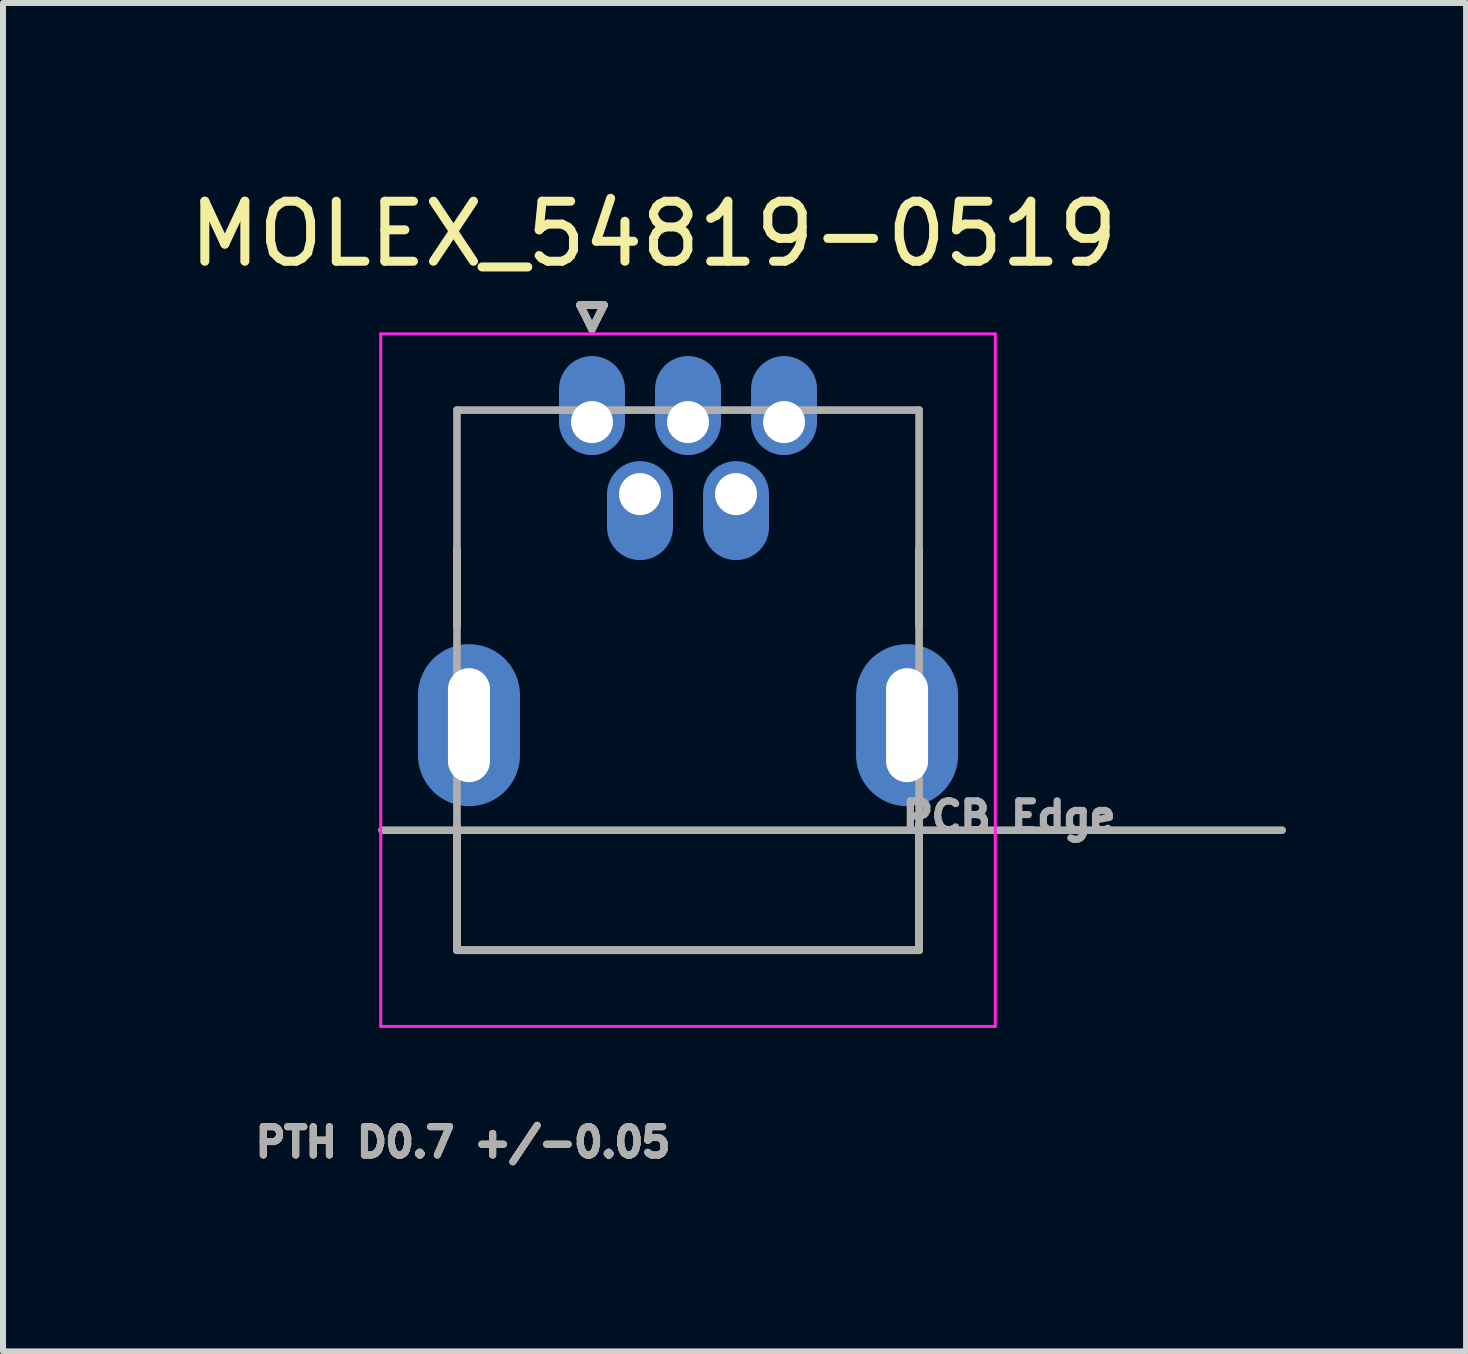
<source format=kicad_pcb>
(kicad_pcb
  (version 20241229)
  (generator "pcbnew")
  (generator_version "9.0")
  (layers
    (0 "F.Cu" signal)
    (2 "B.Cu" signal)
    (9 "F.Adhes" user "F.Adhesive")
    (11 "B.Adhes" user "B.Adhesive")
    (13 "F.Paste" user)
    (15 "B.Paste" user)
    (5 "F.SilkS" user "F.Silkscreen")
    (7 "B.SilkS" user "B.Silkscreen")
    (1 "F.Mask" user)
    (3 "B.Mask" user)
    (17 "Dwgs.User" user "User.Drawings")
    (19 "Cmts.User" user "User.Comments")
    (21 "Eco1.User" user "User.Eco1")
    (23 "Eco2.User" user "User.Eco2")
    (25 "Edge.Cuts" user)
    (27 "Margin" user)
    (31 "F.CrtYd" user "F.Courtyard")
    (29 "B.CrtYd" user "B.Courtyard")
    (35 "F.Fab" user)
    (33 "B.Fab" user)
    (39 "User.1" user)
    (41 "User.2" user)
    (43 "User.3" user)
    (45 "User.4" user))
  (footprint "MOLEX_54819-0519"
    (layer "F.Cu")
    (at 6.814 3.983)
    (property "Reference" "MOLEX_54819-0519" (at 1.025 -3.135 0) (layer "F.SilkS") (effects (font (size 1 1) (thickness 0.15))))
    (attr through_hole)
    (fp_circle (center 0 0) (end 0.301 0) (stroke (width 0.601) (type solid)) (fill no) (layer "F.Mask"))
    (fp_circle (center 0.8 1.2) (end 1.101 1.2) (stroke (width 0.601) (type solid)) (fill no) (layer "F.Mask"))
    (fp_circle (center 1.6 0) (end 1.901 0) (stroke (width 0.601) (type solid)) (fill no) (layer "F.Mask"))
    (fp_circle (center 2.4 1.2) (end 2.701 1.2) (stroke (width 0.601) (type solid)) (fill no) (layer "F.Mask"))
    (fp_circle (center 3.2 0) (end 3.501 0) (stroke (width 0.601) (type solid)) (fill no) (layer "F.Mask"))
    (fp_poly (pts (xy -1.411 4.411) (xy -1.411 5.689) (xy -1.424 5.755) (xy -1.441 5.814) (xy -1.463 5.871) (xy -1.491 5.925) (xy -1.524 5.977) (xy -1.562 6.026) (xy -1.605 6.07) (xy -1.651 6.11) (xy -1.701 6.146) (xy -1.754 6.177) (xy -1.81 6.202) (xy -1.868 6.223) (xy -1.928 6.237) (xy -1.989 6.246) (xy -2.05 6.249) (xy -2.111 6.246) (xy -2.172 6.237) (xy -2.232 6.223) (xy -2.29 6.202) (xy -2.346 6.177) (xy -2.399 6.146) (xy -2.449 6.11) (xy -2.495 6.07) (xy -2.538 6.026) (xy -2.576 5.977) (xy -2.609 5.925) (xy -2.637 5.871) (xy -2.659 5.814) (xy -2.676 5.755) (xy -2.689 5.689) (xy -2.689 4.411) (xy -2.676 4.345) (xy -2.659 4.286) (xy -2.637 4.229) (xy -2.609 4.175) (xy -2.576 4.123) (xy -2.538 4.074) (xy -2.495 4.03) (xy -2.449 3.99) (xy -2.399 3.954) (xy -2.346 3.923) (xy -2.29 3.898) (xy -2.232 3.877) (xy -2.172 3.863) (xy -2.111 3.854) (xy -2.05 3.851) (xy -1.989 3.854) (xy -1.928 3.863) (xy -1.868 3.877) (xy -1.81 3.898) (xy -1.754 3.923) (xy -1.701 3.954) (xy -1.651 3.99) (xy -1.605 4.03) (xy -1.562 4.074) (xy -1.524 4.123) (xy -1.491 4.175) (xy -1.463 4.229) (xy -1.441 4.286) (xy -1.424 4.345) (xy -1.411 4.411) (xy -1.411 4.411)) (stroke (width 0.01) (type solid)) (fill yes) (layer "F.Mask"))
    (fp_poly (pts (xy 5.889 4.411) (xy 5.889 5.689) (xy 5.876 5.755) (xy 5.859 5.814) (xy 5.837 5.871) (xy 5.809 5.925) (xy 5.776 5.977) (xy 5.738 6.026) (xy 5.695 6.07) (xy 5.649 6.11) (xy 5.599 6.146) (xy 5.546 6.177) (xy 5.49 6.202) (xy 5.432 6.223) (xy 5.372 6.237) (xy 5.311 6.246) (xy 5.25 6.249) (xy 5.189 6.246) (xy 5.128 6.237) (xy 5.068 6.223) (xy 5.01 6.202) (xy 4.954 6.177) (xy 4.901 6.146) (xy 4.851 6.11) (xy 4.805 6.07) (xy 4.762 6.026) (xy 4.724 5.977) (xy 4.691 5.925) (xy 4.663 5.871) (xy 4.641 5.814) (xy 4.624 5.755) (xy 4.611 5.689) (xy 4.611 4.411) (xy 4.624 4.345) (xy 4.641 4.286) (xy 4.663 4.229) (xy 4.691 4.175) (xy 4.724 4.123) (xy 4.762 4.074) (xy 4.805 4.03) (xy 4.851 3.99) (xy 4.901 3.954) (xy 4.954 3.923) (xy 5.01 3.898) (xy 5.068 3.877) (xy 5.128 3.863) (xy 5.189 3.854) (xy 5.25 3.851) (xy 5.311 3.854) (xy 5.372 3.863) (xy 5.432 3.877) (xy 5.49 3.898) (xy 5.546 3.923) (xy 5.599 3.954) (xy 5.649 3.99) (xy 5.695 4.03) (xy 5.738 4.074) (xy 5.776 4.123) (xy 5.809 4.175) (xy 5.837 4.229) (xy 5.859 4.286) (xy 5.876 4.345) (xy 5.889 4.411) (xy 5.889 4.411)) (stroke (width 0.01) (type solid)) (fill yes) (layer "F.Mask"))
    (fp_poly (pts (xy -1.124 4.55) (xy -1.124 5.55) (xy -1.129 5.647) (xy -1.144 5.743) (xy -1.169 5.836) (xy -1.204 5.927) (xy -1.248 6.013) (xy -1.301 6.094) (xy -1.362 6.17) (xy -1.43 6.238) (xy -1.506 6.299) (xy -1.587 6.352) (xy -1.673 6.396) (xy -1.764 6.431) (xy -1.857 6.456) (xy -1.953 6.471) (xy -2.05 6.476) (xy -2.147 6.471) (xy -2.243 6.456) (xy -2.336 6.431) (xy -2.427 6.396) (xy -2.513 6.352) (xy -2.594 6.299) (xy -2.67 6.238) (xy -2.738 6.17) (xy -2.799 6.094) (xy -2.852 6.013) (xy -2.896 5.927) (xy -2.931 5.836) (xy -2.956 5.743) (xy -2.971 5.647) (xy -2.976 5.55) (xy -2.976 4.55) (xy -2.971 4.453) (xy -2.956 4.357) (xy -2.931 4.264) (xy -2.896 4.173) (xy -2.852 4.087) (xy -2.799 4.006) (xy -2.738 3.93) (xy -2.67 3.862) (xy -2.594 3.801) (xy -2.513 3.748) (xy -2.427 3.704) (xy -2.336 3.669) (xy -2.243 3.644) (xy -2.147 3.629) (xy -2.05 3.624) (xy -1.953 3.629) (xy -1.857 3.644) (xy -1.764 3.669) (xy -1.673 3.704) (xy -1.587 3.748) (xy -1.506 3.801) (xy -1.43 3.862) (xy -1.362 3.93) (xy -1.301 4.006) (xy -1.248 4.087) (xy -1.204 4.173) (xy -1.169 4.264) (xy -1.144 4.357) (xy -1.129 4.453) (xy -1.124 4.55) (xy -1.124 4.55)) (stroke (width 0.01) (type solid)) (fill yes) (layer "B.Mask"))
    (fp_poly (pts (xy 0.626 -0.55) (xy 0.626 0) (xy 0.623 0.065) (xy 0.613 0.13) (xy 0.596 0.194) (xy 0.572 0.255) (xy 0.542 0.313) (xy 0.507 0.368) (xy 0.465 0.419) (xy 0.419 0.465) (xy 0.368 0.507) (xy 0.313 0.542) (xy 0.255 0.572) (xy 0.194 0.596) (xy 0.13 0.613) (xy 0.065 0.623) (xy 0 0.626) (xy -0.065 0.623) (xy -0.13 0.613) (xy -0.194 0.596) (xy -0.255 0.572) (xy -0.313 0.542) (xy -0.368 0.507) (xy -0.419 0.465) (xy -0.465 0.419) (xy -0.507 0.368) (xy -0.542 0.313) (xy -0.572 0.255) (xy -0.596 0.194) (xy -0.613 0.13) (xy -0.623 0.065) (xy -0.626 0) (xy -0.626 -0.55) (xy -0.623 -0.615) (xy -0.613 -0.68) (xy -0.596 -0.744) (xy -0.572 -0.805) (xy -0.542 -0.863) (xy -0.507 -0.918) (xy -0.465 -0.969) (xy -0.419 -1.015) (xy -0.368 -1.057) (xy -0.313 -1.092) (xy -0.255 -1.122) (xy -0.194 -1.146) (xy -0.13 -1.163) (xy -0.065 -1.173) (xy 0 -1.176) (xy 0.065 -1.173) (xy 0.13 -1.163) (xy 0.194 -1.146) (xy 0.255 -1.122) (xy 0.313 -1.092) (xy 0.368 -1.057) (xy 0.419 -1.015) (xy 0.465 -0.969) (xy 0.507 -0.918) (xy 0.542 -0.863) (xy 0.572 -0.805) (xy 0.596 -0.744) (xy 0.613 -0.68) (xy 0.623 -0.615) (xy 0.626 -0.55) (xy 0.626 -0.55)) (stroke (width 0.01) (type solid)) (fill yes) (layer "B.Mask"))
    (fp_poly (pts (xy 1.426 1.2) (xy 1.426 1.75) (xy 1.423 1.815) (xy 1.413 1.88) (xy 1.396 1.944) (xy 1.372 2.005) (xy 1.342 2.063) (xy 1.307 2.118) (xy 1.265 2.169) (xy 1.219 2.215) (xy 1.168 2.257) (xy 1.113 2.292) (xy 1.055 2.322) (xy 0.994 2.346) (xy 0.93 2.363) (xy 0.865 2.373) (xy 0.8 2.376) (xy 0.735 2.373) (xy 0.67 2.363) (xy 0.606 2.346) (xy 0.545 2.322) (xy 0.487 2.292) (xy 0.432 2.257) (xy 0.381 2.215) (xy 0.335 2.169) (xy 0.293 2.118) (xy 0.258 2.063) (xy 0.228 2.005) (xy 0.204 1.944) (xy 0.187 1.88) (xy 0.177 1.815) (xy 0.174 1.75) (xy 0.174 1.2) (xy 0.177 1.135) (xy 0.187 1.07) (xy 0.204 1.006) (xy 0.228 0.945) (xy 0.258 0.887) (xy 0.293 0.832) (xy 0.335 0.781) (xy 0.381 0.735) (xy 0.432 0.693) (xy 0.487 0.658) (xy 0.545 0.628) (xy 0.606 0.604) (xy 0.67 0.587) (xy 0.735 0.577) (xy 0.8 0.574) (xy 0.865 0.577) (xy 0.93 0.587) (xy 0.994 0.604) (xy 1.055 0.628) (xy 1.113 0.658) (xy 1.168 0.693) (xy 1.219 0.735) (xy 1.265 0.781) (xy 1.307 0.832) (xy 1.342 0.887) (xy 1.372 0.945) (xy 1.396 1.006) (xy 1.413 1.07) (xy 1.423 1.135) (xy 1.426 1.2) (xy 1.426 1.2)) (stroke (width 0.01) (type solid)) (fill yes) (layer "B.Mask"))
    (fp_poly (pts (xy 2.226 -0.55) (xy 2.226 0) (xy 2.223 0.065) (xy 2.213 0.13) (xy 2.196 0.194) (xy 2.172 0.255) (xy 2.142 0.313) (xy 2.107 0.368) (xy 2.065 0.419) (xy 2.019 0.465) (xy 1.968 0.507) (xy 1.913 0.542) (xy 1.855 0.572) (xy 1.794 0.596) (xy 1.73 0.613) (xy 1.665 0.623) (xy 1.6 0.626) (xy 1.535 0.623) (xy 1.47 0.613) (xy 1.406 0.596) (xy 1.345 0.572) (xy 1.287 0.542) (xy 1.232 0.507) (xy 1.181 0.465) (xy 1.135 0.419) (xy 1.093 0.368) (xy 1.058 0.313) (xy 1.028 0.255) (xy 1.004 0.194) (xy 0.987 0.13) (xy 0.977 0.065) (xy 0.974 0) (xy 0.974 -0.55) (xy 0.977 -0.615) (xy 0.987 -0.68) (xy 1.004 -0.744) (xy 1.028 -0.805) (xy 1.058 -0.863) (xy 1.093 -0.918) (xy 1.135 -0.969) (xy 1.181 -1.015) (xy 1.232 -1.057) (xy 1.287 -1.092) (xy 1.345 -1.122) (xy 1.406 -1.146) (xy 1.47 -1.163) (xy 1.535 -1.173) (xy 1.6 -1.176) (xy 1.665 -1.173) (xy 1.73 -1.163) (xy 1.794 -1.146) (xy 1.855 -1.122) (xy 1.913 -1.092) (xy 1.968 -1.057) (xy 2.019 -1.015) (xy 2.065 -0.969) (xy 2.107 -0.918) (xy 2.142 -0.863) (xy 2.172 -0.805) (xy 2.196 -0.744) (xy 2.213 -0.68) (xy 2.223 -0.615) (xy 2.226 -0.55) (xy 2.226 -0.55)) (stroke (width 0.01) (type solid)) (fill yes) (layer "B.Mask"))
    (fp_poly (pts (xy 3.026 1.2) (xy 3.026 1.75) (xy 3.023 1.815) (xy 3.013 1.88) (xy 2.996 1.944) (xy 2.972 2.005) (xy 2.942 2.063) (xy 2.907 2.118) (xy 2.865 2.169) (xy 2.819 2.215) (xy 2.768 2.257) (xy 2.713 2.292) (xy 2.655 2.322) (xy 2.594 2.346) (xy 2.53 2.363) (xy 2.465 2.373) (xy 2.4 2.376) (xy 2.335 2.373) (xy 2.27 2.363) (xy 2.206 2.346) (xy 2.145 2.322) (xy 2.087 2.292) (xy 2.032 2.257) (xy 1.981 2.215) (xy 1.935 2.169) (xy 1.893 2.118) (xy 1.858 2.063) (xy 1.828 2.005) (xy 1.804 1.944) (xy 1.787 1.88) (xy 1.777 1.815) (xy 1.774 1.75) (xy 1.774 1.2) (xy 1.777 1.135) (xy 1.787 1.07) (xy 1.804 1.006) (xy 1.828 0.945) (xy 1.858 0.887) (xy 1.893 0.832) (xy 1.935 0.781) (xy 1.981 0.735) (xy 2.032 0.693) (xy 2.087 0.658) (xy 2.145 0.628) (xy 2.206 0.604) (xy 2.27 0.587) (xy 2.335 0.577) (xy 2.4 0.574) (xy 2.465 0.577) (xy 2.53 0.587) (xy 2.594 0.604) (xy 2.655 0.628) (xy 2.713 0.658) (xy 2.768 0.693) (xy 2.819 0.735) (xy 2.865 0.781) (xy 2.907 0.832) (xy 2.942 0.887) (xy 2.972 0.945) (xy 2.996 1.006) (xy 3.013 1.07) (xy 3.023 1.135) (xy 3.026 1.2) (xy 3.026 1.2)) (stroke (width 0.01) (type solid)) (fill yes) (layer "B.Mask"))
    (fp_poly (pts (xy 3.826 -0.55) (xy 3.826 0) (xy 3.823 0.065) (xy 3.813 0.13) (xy 3.796 0.194) (xy 3.772 0.255) (xy 3.742 0.313) (xy 3.707 0.368) (xy 3.665 0.419) (xy 3.619 0.465) (xy 3.568 0.507) (xy 3.513 0.542) (xy 3.455 0.572) (xy 3.394 0.596) (xy 3.33 0.613) (xy 3.265 0.623) (xy 3.2 0.626) (xy 3.135 0.623) (xy 3.07 0.613) (xy 3.006 0.596) (xy 2.945 0.572) (xy 2.887 0.542) (xy 2.832 0.507) (xy 2.781 0.465) (xy 2.735 0.419) (xy 2.693 0.368) (xy 2.658 0.313) (xy 2.628 0.255) (xy 2.604 0.194) (xy 2.587 0.13) (xy 2.577 0.065) (xy 2.574 0) (xy 2.574 -0.55) (xy 2.577 -0.615) (xy 2.587 -0.68) (xy 2.604 -0.744) (xy 2.628 -0.805) (xy 2.658 -0.863) (xy 2.693 -0.918) (xy 2.735 -0.969) (xy 2.781 -1.015) (xy 2.832 -1.057) (xy 2.887 -1.092) (xy 2.945 -1.122) (xy 3.006 -1.146) (xy 3.07 -1.163) (xy 3.135 -1.173) (xy 3.2 -1.176) (xy 3.265 -1.173) (xy 3.33 -1.163) (xy 3.394 -1.146) (xy 3.455 -1.122) (xy 3.513 -1.092) (xy 3.568 -1.057) (xy 3.619 -1.015) (xy 3.665 -0.969) (xy 3.707 -0.918) (xy 3.742 -0.863) (xy 3.772 -0.805) (xy 3.796 -0.744) (xy 3.813 -0.68) (xy 3.823 -0.615) (xy 3.826 -0.55) (xy 3.826 -0.55)) (stroke (width 0.01) (type solid)) (fill yes) (layer "B.Mask"))
    (fp_poly (pts (xy 6.176 4.55) (xy 6.176 5.55) (xy 6.171 5.647) (xy 6.156 5.743) (xy 6.131 5.836) (xy 6.096 5.927) (xy 6.052 6.013) (xy 5.999 6.094) (xy 5.938 6.17) (xy 5.87 6.238) (xy 5.794 6.299) (xy 5.713 6.352) (xy 5.627 6.396) (xy 5.536 6.431) (xy 5.443 6.456) (xy 5.347 6.471) (xy 5.25 6.476) (xy 5.153 6.471) (xy 5.057 6.456) (xy 4.964 6.431) (xy 4.873 6.396) (xy 4.787 6.352) (xy 4.706 6.299) (xy 4.63 6.238) (xy 4.562 6.17) (xy 4.501 6.094) (xy 4.448 6.013) (xy 4.404 5.927) (xy 4.369 5.836) (xy 4.344 5.743) (xy 4.329 5.647) (xy 4.324 5.55) (xy 4.324 4.55) (xy 4.329 4.453) (xy 4.344 4.357) (xy 4.369 4.264) (xy 4.404 4.173) (xy 4.448 4.087) (xy 4.501 4.006) (xy 4.562 3.93) (xy 4.63 3.862) (xy 4.706 3.801) (xy 4.787 3.748) (xy 4.873 3.704) (xy 4.964 3.669) (xy 5.057 3.644) (xy 5.153 3.629) (xy 5.25 3.624) (xy 5.347 3.629) (xy 5.443 3.644) (xy 5.536 3.669) (xy 5.627 3.704) (xy 5.713 3.748) (xy 5.794 3.801) (xy 5.87 3.862) (xy 5.938 3.93) (xy 5.999 4.006) (xy 6.052 4.087) (xy 6.096 4.173) (xy 6.131 4.264) (xy 6.156 4.357) (xy 6.171 4.453) (xy 6.176 4.55) (xy 6.176 4.55)) (stroke (width 0.01) (type solid)) (fill yes) (layer "B.Mask"))
    (fp_line (start -2.25 3.386) (end -2.25 2.114) (stroke (width 0.127) (type solid)) (layer "F.SilkS"))
    (fp_line (start -2.25 8.8) (end -2.25 6.713) (stroke (width 0.127) (type solid)) (layer "F.SilkS"))
    (fp_line (start -0.2 -1.95) (end 0 -1.55) (stroke (width 0.127) (type solid)) (layer "F.SilkS"))
    (fp_line (start 0.2 -1.95) (end -0.2 -1.95) (stroke (width 0.127) (type solid)) (layer "F.SilkS"))
    (fp_line (start 0.2 -1.95) (end 0 -1.55) (stroke (width 0.127) (type solid)) (layer "F.SilkS"))
    (fp_line (start 5.45 2.114) (end 5.45 3.386) (stroke (width 0.127) (type solid)) (layer "F.SilkS"))
    (fp_line (start 5.45 6.713) (end 5.45 8.8) (stroke (width 0.127) (type solid)) (layer "F.SilkS"))
    (fp_line (start 5.45 8.8) (end -2.25 8.8) (stroke (width 0.127) (type solid)) (layer "F.SilkS"))
    (fp_line (start -3.52 -1.47) (end 6.72 -1.47) (stroke (width 0.05) (type solid)) (layer "F.CrtYd"))
    (fp_line (start -3.52 10.07) (end -3.52 -1.47) (stroke (width 0.05) (type solid)) (layer "F.CrtYd"))
    (fp_line (start 6.72 -1.47) (end 6.72 10.07) (stroke (width 0.05) (type solid)) (layer "F.CrtYd"))
    (fp_line (start 6.72 10.07) (end -3.52 10.07) (stroke (width 0.05) (type solid)) (layer "F.CrtYd"))
    (fp_line (start -3.5 6.8) (end -2.25 6.8) (stroke (width 0.127) (type solid)) (layer "F.Fab"))
    (fp_line (start -2.25 -0.2) (end 5.45 -0.2) (stroke (width 0.127) (type solid)) (layer "F.Fab"))
    (fp_line (start -2.25 6.8) (end -2.25 -0.2) (stroke (width 0.127) (type solid)) (layer "F.Fab"))
    (fp_line (start -2.25 8.8) (end -2.25 6.8) (stroke (width 0.127) (type solid)) (layer "F.Fab"))
    (fp_line (start -0.2 -1.95) (end 0 -1.55) (stroke (width 0.127) (type solid)) (layer "F.Fab"))
    (fp_line (start 0.2 -1.95) (end -0.2 -1.95) (stroke (width 0.127) (type solid)) (layer "F.Fab"))
    (fp_line (start 0.2 -1.95) (end 0 -1.55) (stroke (width 0.127) (type solid)) (layer "F.Fab"))
    (fp_line (start 5.45 -0.2) (end 5.45 6.8) (stroke (width 0.127) (type solid)) (layer "F.Fab"))
    (fp_line (start 5.45 6.8) (end -2.25 6.8) (stroke (width 0.127) (type solid)) (layer "F.Fab"))
    (fp_line (start 5.45 6.8) (end 5.45 8.8) (stroke (width 0.127) (type solid)) (layer "F.Fab"))
    (fp_line (start 5.45 6.8) (end 11.5 6.8) (stroke (width 0.127) (type solid)) (layer "F.Fab"))
    (fp_line (start 5.45 8.8) (end -2.25 8.8) (stroke (width 0.127) (type solid)) (layer "F.Fab"))
    (fp_text user "PTH D0.7 +/-0.05" (at -2.15 12 0) (layer "F.SilkS") (effects (font (size 0.472 0.472) (thickness 0.15))))
    (fp_text user "PCB Edge" (at 6.95 6.575 0) (layer "F.Fab") (effects (font (size 0.48 0.48) (thickness 0.15))))
    (fp_text user "PTH D0.7 +/-0.05" (at -2.15 12 0) (layer "F.Fab") (effects (font (size 0.472 0.472) (thickness 0.15))))
    (pad "1" smd oval (at 0 -0.275) (size 1.1 1.65) (layers "B.Cu"))
    (pad "2" smd oval (at 0.8 1.475) (size 1.1 1.65) (layers "B.Cu"))
    (pad "3" smd oval (at 1.6 -0.275) (size 1.1 1.65) (layers "B.Cu"))
    (pad "4" smd oval (at 2.4 1.475) (size 1.1 1.65) (layers "B.Cu"))
    (pad "5" smd oval (at 3.2 -0.275) (size 1.1 1.65) (layers "B.Cu"))
    (pad "6" thru_hole circle (at 0 0) (size 1.05 1.05) (drill 0.7) (layers "*.Cu"))
    (pad "7" thru_hole circle (at 0.8 1.2) (size 1.05 1.05) (drill 0.7) (layers "*.Cu"))
    (pad "8" thru_hole circle (at 1.6 0) (size 1.05 1.05) (drill 0.7) (layers "*.Cu"))
    (pad "9" thru_hole circle (at 2.4 1.2) (size 1.05 1.05) (drill 0.7) (layers "*.Cu"))
    (pad "10" thru_hole circle (at 3.2 0) (size 1.05 1.05) (drill 0.7) (layers "*.Cu"))
    (pad "11" thru_hole oval (at -2.05 5.05) (size 1.123 2.245) (drill oval 0.7 1.9) (layers "*.Cu"))
    (pad "12" thru_hole oval (at 5.25 5.05) (size 1.123 2.245) (drill oval 0.7 1.9) (layers "*.Cu"))
    (pad "S1" smd oval (at -2.05 5.05) (size 1.7 2.7) (layers "B.Cu"))
    (pad "S2" smd oval (at 5.25 5.05) (size 1.7 2.7) (layers "B.Cu"))
    (zone (net_name "") (layer "F.Cu") (hatch full 0.508) (connect_pads) (min_thickness 0.01) (filled_areas_thickness no) (keepout (tracks not_allowed) (vias not_allowed) (pads not_allowed) (copperpour not_allowed) (footprints allowed)) (placement (enabled no)) (fill) (polygon (pts (xy 4.014 3.283) (xy 5.414 3.283) (xy 5.414 5.783) (xy 4.014 5.783))))
    (zone (net_name "") (layer "F.Cu") (hatch full 0.508) (connect_pads) (min_thickness 0.01) (filled_areas_thickness no) (keepout (tracks not_allowed) (vias not_allowed) (pads not_allowed) (copperpour not_allowed) (footprints allowed)) (placement (enabled no)) (fill) (polygon (pts (xy 5.314 9.583) (xy 11.514 9.583) (xy 11.514 10.783) (xy 5.314 10.783))))
    (zone (net_name "") (layer "F.Cu") (hatch full 0.508) (connect_pads) (min_thickness 0.01) (filled_areas_thickness no) (keepout (tracks not_allowed) (vias not_allowed) (pads not_allowed) (copperpour not_allowed) (footprints allowed)) (placement (enabled no)) (fill) (polygon (pts (xy 11.414 3.283) (xy 12.814 3.283) (xy 12.814 5.783) (xy 11.414 5.783))))
    (zone (net_name "") (layers "F.Cu" "B.Cu") (hatch full 0.508) (connect_pads) (min_thickness 0.01) (filled_areas_thickness no) (keepout (tracks allowed) (vias not_allowed) (pads allowed) (copperpour allowed) (footprints allowed)) (placement (enabled no)) (fill) (polygon (pts (xy 4.014 3.283) (xy 5.414 3.283) (xy 5.414 5.783) (xy 4.014 5.783))))
    (zone (net_name "") (layers "F.Cu" "B.Cu") (hatch full 0.508) (connect_pads) (min_thickness 0.01) (filled_areas_thickness no) (keepout (tracks allowed) (vias not_allowed) (pads allowed) (copperpour allowed) (footprints allowed)) (placement (enabled no)) (fill) (polygon (pts (xy 5.314 9.583) (xy 11.514 9.583) (xy 11.514 10.783) (xy 5.314 10.783))))
    (zone (net_name "") (layers "F.Cu" "B.Cu") (hatch full 0.508) (connect_pads) (min_thickness 0.01) (filled_areas_thickness no) (keepout (tracks allowed) (vias not_allowed) (pads allowed) (copperpour allowed) (footprints allowed)) (placement (enabled no)) (fill) (polygon (pts (xy 11.414 3.283) (xy 12.814 3.283) (xy 12.814 5.783) (xy 11.414 5.783)))))
  (gr_rect
    (start -3 -3)
    (end 21.378 19.467)
    (stroke (width 0.1) (type default))
    (fill no)
    (layer "Edge.Cuts")))
</source>
